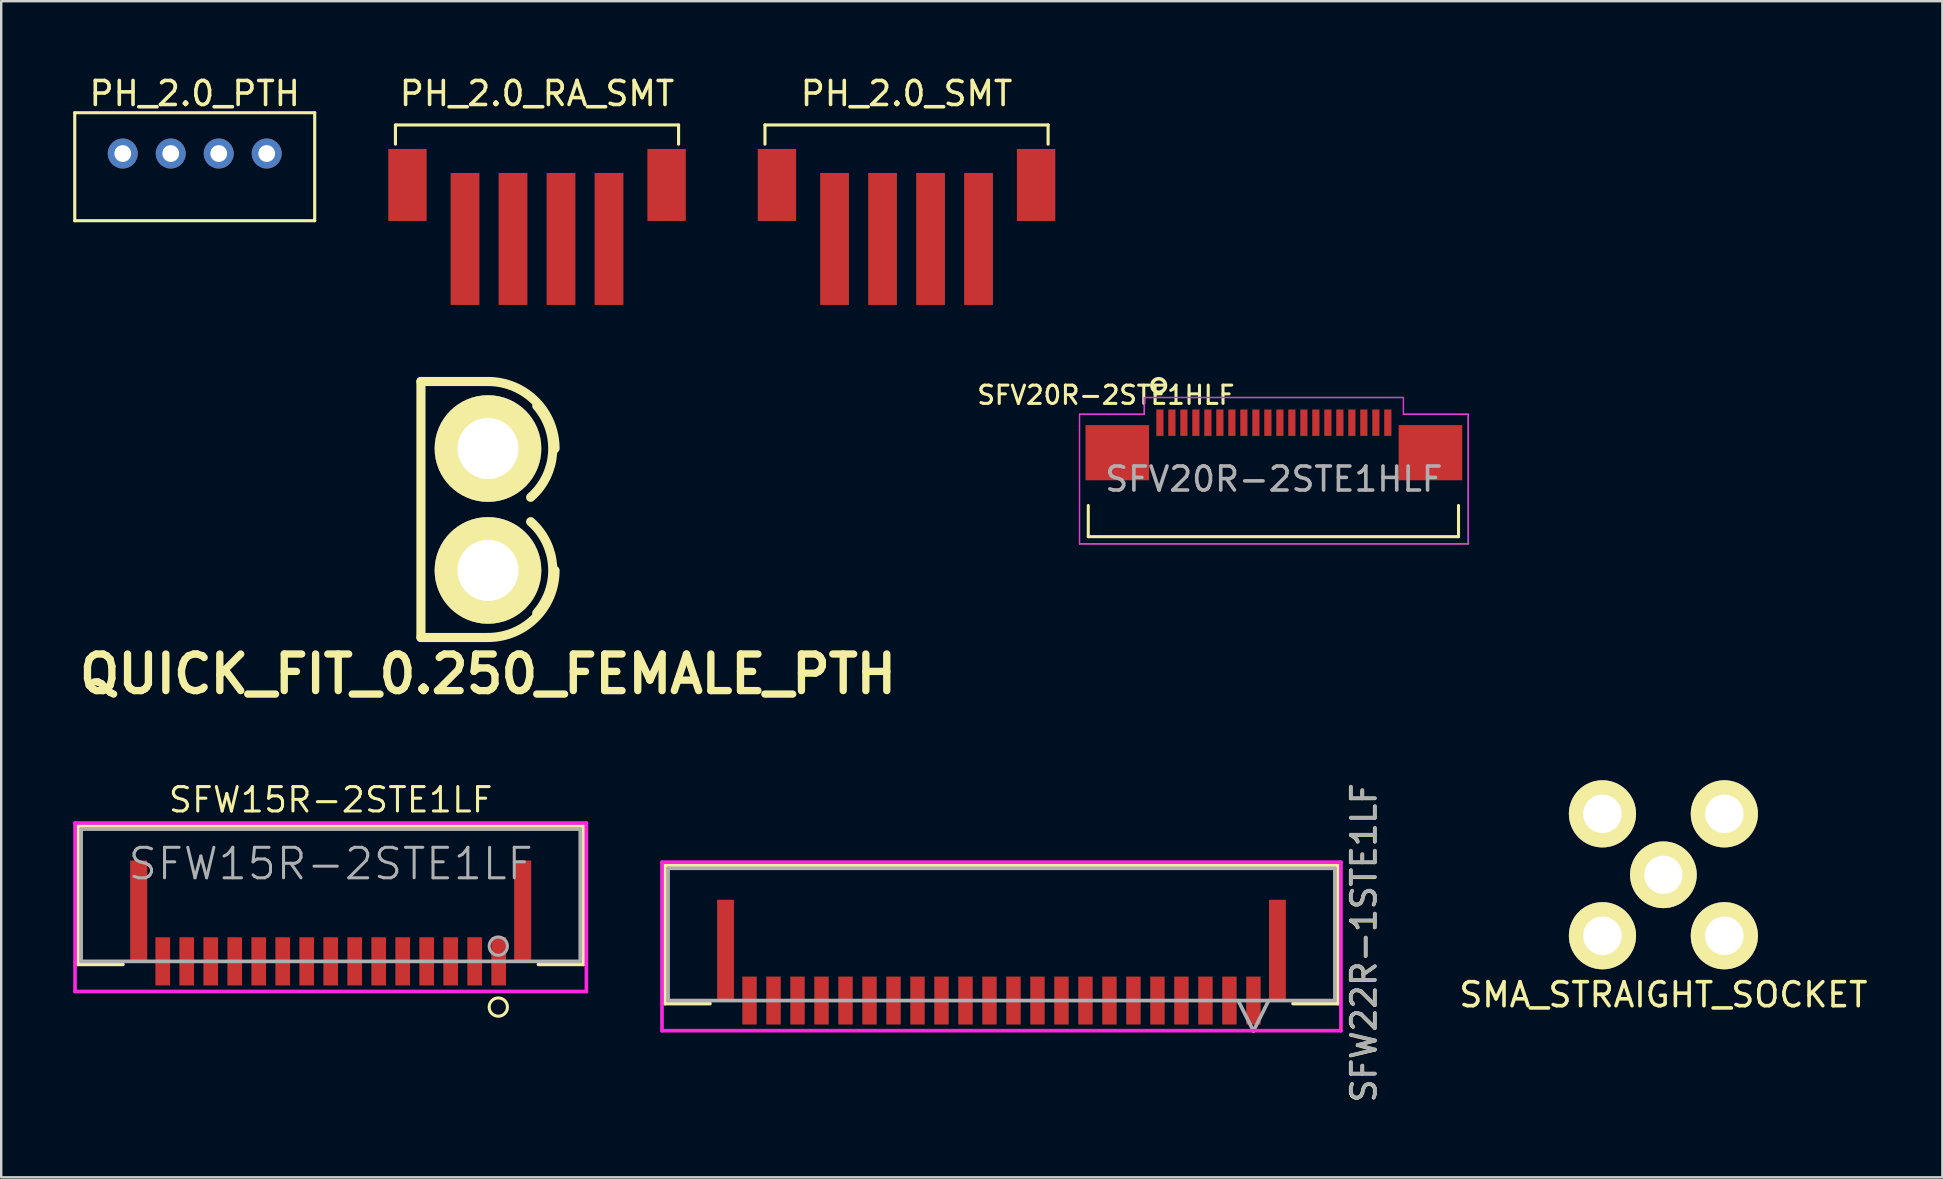
<source format=kicad_pcb>
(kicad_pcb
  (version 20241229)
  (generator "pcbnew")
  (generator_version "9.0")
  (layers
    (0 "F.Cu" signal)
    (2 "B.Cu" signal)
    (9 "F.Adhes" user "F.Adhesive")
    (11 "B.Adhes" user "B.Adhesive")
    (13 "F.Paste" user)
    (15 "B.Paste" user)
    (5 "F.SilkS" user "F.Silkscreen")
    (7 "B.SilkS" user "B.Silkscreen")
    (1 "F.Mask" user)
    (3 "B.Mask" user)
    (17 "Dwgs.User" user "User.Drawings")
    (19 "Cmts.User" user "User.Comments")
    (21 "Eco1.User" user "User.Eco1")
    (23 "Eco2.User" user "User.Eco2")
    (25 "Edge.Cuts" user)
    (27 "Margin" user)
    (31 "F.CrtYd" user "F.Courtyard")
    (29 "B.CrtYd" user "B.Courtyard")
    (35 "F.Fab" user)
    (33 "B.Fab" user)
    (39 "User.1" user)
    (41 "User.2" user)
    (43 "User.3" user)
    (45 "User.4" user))
  (footprint "PH_2.0_SMT"
    (layer "F.Cu")
    (at 34.73 4.658)
    (property "Reference" "PH_2.0_SMT" (at 0 -3.81 0) (layer "F.SilkS") (effects (font (size 1 1) (thickness 0.15))))
    (attr through_hole)
    (fp_line (start -5.9 -2.5) (end 5.9 -2.5) (stroke (width 0.13) (type solid)) (layer "F.SilkS"))
    (fp_line (start -5.9 -1.7) (end -5.9 -2.5) (stroke (width 0.13) (type solid)) (layer "F.SilkS"))
    (fp_line (start 5.9 -2.5) (end 5.9 -1.7) (stroke (width 0.13) (type solid)) (layer "F.SilkS"))
    (pad "1" smd rect (at -3 2.25) (size 1.2 5.5) (layers "F.Cu" "F.Mask" "F.Paste"))
    (pad "2" smd rect (at -1 2.25) (size 1.2 5.5) (layers "F.Cu" "F.Mask" "F.Paste"))
    (pad "3" smd rect (at 1 2.25) (size 1.2 5.5) (layers "F.Cu" "F.Mask" "F.Paste"))
    (pad "4" smd rect (at 3 2.25) (size 1.2 5.5) (layers "F.Cu" "F.Mask" "F.Paste"))
    (pad "5" smd rect (at -5.4 0) (size 1.6 3) (layers "F.Cu" "F.Mask" "F.Paste"))
    (pad "6" smd rect (at 5.4 0) (size 1.6 3) (layers "F.Cu" "F.Mask" "F.Paste")))
  (footprint "SFV20R-2STE1HLF"
    (layer "F.Cu")
    (at 50.039 15.416)
    (property "Reference" "SFV20R-2STE1HLF" (at -7 -2 0) (layer "F.SilkS") (effects (font (size 0.762 0.762) (thickness 0.127))))
    (attr smd)
    (fp_line (start -7.735 2.6) (end -7.735 3.9) (stroke (width 0.127) (type solid)) (layer "F.SilkS"))
    (fp_line (start -7.735 3.9) (end 7.695 3.9) (stroke (width 0.127) (type solid)) (layer "F.SilkS"))
    (fp_line (start 7.695 2.6) (end 7.695 3.9) (stroke (width 0.127) (type solid)) (layer "F.SilkS"))
    (fp_circle (center -4.8 -2.4) (end -5 -2.6) (stroke (width 0.15) (type solid)) (fill no) (layer "F.SilkS"))
    (fp_line (start -8.1 -1.2) (end -8.1 4.2) (stroke (width 0.05) (type solid)) (layer "F.CrtYd"))
    (fp_line (start -8.1 -1.2) (end -5.4 -1.2) (stroke (width 0.05) (type solid)) (layer "F.CrtYd"))
    (fp_line (start -8.1 4.2) (end 8.1 4.2) (stroke (width 0.05) (type solid)) (layer "F.CrtYd"))
    (fp_line (start -5.4 -1.9) (end -5.4 -1.2) (stroke (width 0.05) (type solid)) (layer "F.CrtYd"))
    (fp_line (start -5.4 -1.9) (end 5.4 -1.9) (stroke (width 0.05) (type solid)) (layer "F.CrtYd"))
    (fp_line (start 5.4 -1.9) (end 5.4 -1.2) (stroke (width 0.05) (type solid)) (layer "F.CrtYd"))
    (fp_line (start 5.4 -1.2) (end 8.1 -1.2) (stroke (width 0.05) (type solid)) (layer "F.CrtYd"))
    (fp_line (start 8.1 -1.2) (end 8.1 4.2) (stroke (width 0.05) (type solid)) (layer "F.CrtYd"))
    (fp_line (start -8.1 -1.2) (end -8.1 4.2) (stroke (width 0.05) (type solid)) (layer "F.Fab"))
    (fp_line (start -8.1 -1.2) (end -5.4 -1.2) (stroke (width 0.05) (type solid)) (layer "F.Fab"))
    (fp_line (start -8.1 4.2) (end 8.1 4.2) (stroke (width 0.05) (type solid)) (layer "F.Fab"))
    (fp_line (start -5.4 -1.9) (end -5.4 -1.2) (stroke (width 0.05) (type solid)) (layer "F.Fab"))
    (fp_line (start -5.4 -1.9) (end 5.4 -1.9) (stroke (width 0.05) (type solid)) (layer "F.Fab"))
    (fp_line (start 5.4 -1.9) (end 5.4 -1.2) (stroke (width 0.05) (type solid)) (layer "F.Fab"))
    (fp_line (start 5.4 -1.2) (end 8.1 -1.2) (stroke (width 0.05) (type solid)) (layer "F.Fab"))
    (fp_line (start 8.1 -1.2) (end 8.1 4.2) (stroke (width 0.05) (type solid)) (layer "F.Fab"))
    (fp_text user "${REFERENCE}" (at 0 1.5 0) (layer "F.Fab") (effects (font (size 1 1) (thickness 0.15))))
    (pad "1" smd rect (at -4.75 -0.85) (size 0.3 1.1) (layers "F.Cu" "F.Mask" "F.Paste"))
    (pad "2" smd rect (at -4.25 -0.85) (size 0.3 1.1) (layers "F.Cu" "F.Mask" "F.Paste"))
    (pad "3" smd rect (at -3.75 -0.85) (size 0.3 1.1) (layers "F.Cu" "F.Mask" "F.Paste"))
    (pad "4" smd rect (at -3.25 -0.85) (size 0.3 1.1) (layers "F.Cu" "F.Mask" "F.Paste"))
    (pad "5" smd rect (at -2.75 -0.85) (size 0.3 1.1) (layers "F.Cu" "F.Mask" "F.Paste"))
    (pad "6" smd rect (at -2.25 -0.85) (size 0.3 1.1) (layers "F.Cu" "F.Mask" "F.Paste"))
    (pad "7" smd rect (at -1.75 -0.85) (size 0.3 1.1) (layers "F.Cu" "F.Mask" "F.Paste"))
    (pad "8" smd rect (at -1.25 -0.85) (size 0.3 1.1) (layers "F.Cu" "F.Mask" "F.Paste"))
    (pad "9" smd rect (at -0.75 -0.85) (size 0.3 1.1) (layers "F.Cu" "F.Mask" "F.Paste"))
    (pad "10" smd rect (at -0.25 -0.85) (size 0.3 1.1) (layers "F.Cu" "F.Mask" "F.Paste"))
    (pad "11" smd rect (at 0.25 -0.85) (size 0.3 1.1) (layers "F.Cu" "F.Mask" "F.Paste"))
    (pad "12" smd rect (at 0.75 -0.85) (size 0.3 1.1) (layers "F.Cu" "F.Mask" "F.Paste"))
    (pad "13" smd rect (at 1.25 -0.85) (size 0.3 1.1) (layers "F.Cu" "F.Mask" "F.Paste"))
    (pad "14" smd rect (at 1.75 -0.85) (size 0.3 1.1) (layers "F.Cu" "F.Mask" "F.Paste"))
    (pad "15" smd rect (at 2.25 -0.85) (size 0.3 1.1) (layers "F.Cu" "F.Mask" "F.Paste"))
    (pad "16" smd rect (at 2.75 -0.85) (size 0.3 1.1) (layers "F.Cu" "F.Mask" "F.Paste"))
    (pad "17" smd rect (at 3.25 -0.85) (size 0.3 1.1) (layers "F.Cu" "F.Mask" "F.Paste"))
    (pad "18" smd rect (at 3.75 -0.85) (size 0.3 1.1) (layers "F.Cu" "F.Mask" "F.Paste"))
    (pad "19" smd rect (at 4.25 -0.85) (size 0.3 1.1) (layers "F.Cu" "F.Mask" "F.Paste"))
    (pad "20" smd rect (at 4.75 -0.85) (size 0.3 1.1) (layers "F.Cu" "F.Mask" "F.Paste"))
    (pad "F1" smd rect (at -6.525 0.4 90) (size 2.3 2.65) (layers "F.Cu" "F.Mask" "F.Paste"))
    (pad "F2" smd rect (at 6.525 0.4 90) (size 2.3 2.65) (layers "F.Cu" "F.Mask" "F.Paste")))
  (footprint "SMA_STRAIGHT_SOCKET"
    (layer "F.Cu")
    (at 66.273 33.407)
    (property "Reference" "SMA_STRAIGHT_SOCKET" (at 0 5 0) (layer "F.SilkS") (effects (font (size 1 1) (thickness 0.15))))
    (attr through_hole)
    (pad "1" thru_hole circle (at 0 0) (size 2.78 2.78) (drill 1.59) (layers "*.Cu" "*.Mask" "F.SilkS"))
    (pad "2" thru_hole circle (at 2.54 -2.54) (size 2.8 2.8) (drill 1.6) (layers "*.Cu" "*.Mask" "F.SilkS"))
    (pad "3" thru_hole circle (at -2.54 -2.54) (size 2.8 2.8) (drill 1.6) (layers "*.Cu" "*.Mask" "F.SilkS"))
    (pad "4" thru_hole circle (at -2.54 2.54) (size 2.8 2.8) (drill 1.6) (layers "*.Cu" "*.Mask" "F.SilkS"))
    (pad "5" thru_hole circle (at 2.54 2.54) (size 2.8 2.8) (drill 1.6) (layers "*.Cu" "*.Mask" "F.SilkS")))
  (footprint "PH_2.0_PTH"
    (layer "F.Cu")
    (at 5.065 3.348)
    (property "Reference" "PH_2.0_PTH" (at 0 -2.5 0) (layer "F.SilkS") (effects (font (size 1 1) (thickness 0.15))))
    (attr through_hole)
    (fp_line (start -5 -1.7) (end 5 -1.7) (stroke (width 0.13) (type solid)) (layer "F.SilkS"))
    (fp_line (start -5 2.8) (end -5 -1.7) (stroke (width 0.13) (type solid)) (layer "F.SilkS"))
    (fp_line (start 5 -1.7) (end 5 2.8) (stroke (width 0.13) (type solid)) (layer "F.SilkS"))
    (fp_line (start 5 2.8) (end -5 2.8) (stroke (width 0.13) (type solid)) (layer "F.SilkS"))
    (pad "1" thru_hole circle (at -3 0) (size 1.25 1.25) (drill 0.7) (layers "*.Cu" "*.Mask"))
    (pad "2" thru_hole circle (at -1 0) (size 1.25 1.25) (drill 0.7) (layers "*.Cu" "*.Mask"))
    (pad "3" thru_hole circle (at 1 0) (size 1.25 1.25) (drill 0.7) (layers "*.Cu" "*.Mask"))
    (pad "4" thru_hole circle (at 3 0) (size 1.25 1.25) (drill 0.7) (layers "*.Cu" "*.Mask")))
  (footprint "PH_2.0_RA_SMT"
    (layer "F.Cu")
    (at 19.33 4.658)
    (property "Reference" "PH_2.0_RA_SMT" (at 0 -3.81 0) (layer "F.SilkS") (effects (font (size 1 1) (thickness 0.15))))
    (attr through_hole)
    (fp_line (start -5.9 -2.5) (end 5.9 -2.5) (stroke (width 0.13) (type solid)) (layer "F.SilkS"))
    (fp_line (start -5.9 -1.7) (end -5.9 -2.5) (stroke (width 0.13) (type solid)) (layer "F.SilkS"))
    (fp_line (start 5.9 -2.5) (end 5.9 -1.7) (stroke (width 0.13) (type solid)) (layer "F.SilkS"))
    (pad "1" smd rect (at -3 2.25) (size 1.2 5.5) (layers "F.Cu" "F.Mask" "F.Paste"))
    (pad "2" smd rect (at -1 2.25) (size 1.2 5.5) (layers "F.Cu" "F.Mask" "F.Paste"))
    (pad "3" smd rect (at 1 2.25) (size 1.2 5.5) (layers "F.Cu" "F.Mask" "F.Paste"))
    (pad "4" smd rect (at 3 2.25) (size 1.2 5.5) (layers "F.Cu" "F.Mask" "F.Paste"))
    (pad "5" smd rect (at -5.4 0) (size 1.6 3) (layers "F.Cu" "F.Mask" "F.Paste"))
    (pad "6" smd rect (at 5.4 0) (size 1.6 3) (layers "F.Cu" "F.Mask" "F.Paste")))
  (footprint "QUICK_FIT_0.250_FEMALE_PTH"
    (layer "F.Cu")
    (at 17.287 18.183)
    (property "Reference" "QUICK_FIT_0.250_FEMALE_PTH" (at 0 6.858 0) (layer "F.SilkS") (effects (font (size 1.524 1.524) (thickness 0.305))))
    (attr through_hole)
    (fp_line (start -2.794 -5.334) (end -2.794 5.334) (stroke (width 0.381) (type solid)) (layer "F.SilkS"))
    (fp_line (start -2.794 5.334) (end 0 5.334) (stroke (width 0.381) (type solid)) (layer "F.SilkS"))
    (fp_line (start 0 -5.334) (end -2.794 -5.334) (stroke (width 0.381) (type solid)) (layer "F.SilkS"))
    (fp_arc (start 0 -5.334) (mid 1.975656 -4.515656) (end 2.794 -2.54) (stroke (width 0.381) (type solid)) (layer "F.SilkS"))
    (fp_arc (start 1.778 0.508) (mid 2.694077 2.360395) (end 2.032 4.318) (stroke (width 0.381) (type solid)) (layer "F.SilkS"))
    (fp_arc (start 2.032 -4.318) (mid 2.694077 -2.360395) (end 1.778 -0.508) (stroke (width 0.381) (type solid)) (layer "F.SilkS"))
    (fp_arc (start 2.794 2.54) (mid 1.975656 4.515656) (end 0 5.334) (stroke (width 0.381) (type solid)) (layer "F.SilkS"))
    (pad "1" thru_hole circle (at 0 -2.54) (size 4.445 4.445) (drill 2.54) (layers "*.Cu" "*.Mask" "F.SilkS"))
    (pad "1A" thru_hole circle (at 0 2.54) (size 4.445 4.445) (drill 2.54) (layers "*.Cu" "*.Mask" "F.SilkS")))
  (footprint "SFW15R-2STE1LF"
    (layer "F.Cu")
    (at 10.732 37.015)
    (property "Reference" "SFW15R-2STE1LF" (at 0 -6.731 180) (layer "F.SilkS") (effects (font (size 1.016 1.016) (thickness 0.127))))
    (attr smd)
    (fp_line (start -10.528 -5.639) (end -10.528 0.127) (stroke (width 0.152) (type solid)) (layer "F.SilkS"))
    (fp_line (start -10.528 0.127) (end -8.659 0.127) (stroke (width 0.152) (type solid)) (layer "F.SilkS"))
    (fp_line (start 8.659 0.127) (end 10.528 0.127) (stroke (width 0.152) (type solid)) (layer "F.SilkS"))
    (fp_line (start 10.528 -5.639) (end -10.528 -5.639) (stroke (width 0.152) (type solid)) (layer "F.SilkS"))
    (fp_line (start 10.528 0.127) (end 10.528 -5.639) (stroke (width 0.152) (type solid)) (layer "F.SilkS"))
    (fp_circle (center 6.985 1.905) (end 6.985 1.524) (stroke (width 0.127) (type solid)) (fill no) (layer "F.SilkS"))
    (fp_line (start -10.655 -5.766) (end -10.655 1.257) (stroke (width 0.152) (type solid)) (layer "F.CrtYd"))
    (fp_line (start -10.655 1.257) (end 10.655 1.257) (stroke (width 0.152) (type solid)) (layer "F.CrtYd"))
    (fp_line (start 10.655 -5.766) (end -10.655 -5.766) (stroke (width 0.152) (type solid)) (layer "F.CrtYd"))
    (fp_line (start 10.655 1.257) (end 10.655 -5.766) (stroke (width 0.152) (type solid)) (layer "F.CrtYd"))
    (fp_line (start -10.401 -5.512) (end -10.401 0) (stroke (width 0.152) (type solid)) (layer "F.Fab"))
    (fp_line (start -10.401 0) (end 10.401 0) (stroke (width 0.152) (type solid)) (layer "F.Fab"))
    (fp_line (start 10.401 -5.512) (end -10.401 -5.512) (stroke (width 0.152) (type solid)) (layer "F.Fab"))
    (fp_line (start 10.401 0) (end 10.401 -5.512) (stroke (width 0.152) (type solid)) (layer "F.Fab"))
    (fp_circle (center 6.985 -0.635) (end 6.985 -1.016) (stroke (width 0.127) (type solid)) (fill no) (layer "F.Fab"))
    (fp_text user "${REFERENCE}" (at 0 -4.064 0) (layer "F.Fab") (effects (font (size 1.27 1.27) (thickness 0.127))))
    (pad "1" smd rect (at 7 0 90) (size 2.007 0.61) (layers "F.Cu" "F.Mask" "F.Paste"))
    (pad "2" smd rect (at 6 0 90) (size 2.007 0.61) (layers "F.Cu" "F.Mask" "F.Paste"))
    (pad "3" smd rect (at 5 0 90) (size 2.007 0.61) (layers "F.Cu" "F.Mask" "F.Paste"))
    (pad "4" smd rect (at 4 0 90) (size 2.007 0.61) (layers "F.Cu" "F.Mask" "F.Paste"))
    (pad "5" smd rect (at 3 0 90) (size 2.007 0.61) (layers "F.Cu" "F.Mask" "F.Paste"))
    (pad "6" smd rect (at 2 0 90) (size 2.007 0.61) (layers "F.Cu" "F.Mask" "F.Paste"))
    (pad "7" smd rect (at 1 0 90) (size 2.007 0.61) (layers "F.Cu" "F.Mask" "F.Paste"))
    (pad "8" smd rect (at 0 0 90) (size 2.007 0.61) (layers "F.Cu" "F.Mask" "F.Paste"))
    (pad "9" smd rect (at -1 0 90) (size 2.007 0.61) (layers "F.Cu" "F.Mask" "F.Paste"))
    (pad "10" smd rect (at -2 0 90) (size 2.007 0.61) (layers "F.Cu" "F.Mask" "F.Paste"))
    (pad "11" smd rect (at -3 0 90) (size 2.007 0.61) (layers "F.Cu" "F.Mask" "F.Paste"))
    (pad "12" smd rect (at -4 0 90) (size 2.007 0.61) (layers "F.Cu" "F.Mask" "F.Paste"))
    (pad "13" smd rect (at -5 0 90) (size 2.007 0.61) (layers "F.Cu" "F.Mask" "F.Paste"))
    (pad "14" smd rect (at -6 0 90) (size 2.007 0.61) (layers "F.Cu" "F.Mask" "F.Paste"))
    (pad "15" smd rect (at -7 0 90) (size 2.007 0.61) (layers "F.Cu" "F.Mask" "F.Paste"))
    (pad "16" smd rect (at -8.001 -2.108) (size 0.711 4.191) (layers "F.Cu" "F.Mask" "F.Paste"))
    (pad "17" smd rect (at 8.001 -2.108) (size 0.711 4.191) (layers "F.Cu" "F.Mask" "F.Paste")))
  (footprint "SFW22R-1STE1LF"
    (layer "F.Cu")
    (at 38.687 38.648)
    (property "Reference" "SFW22R-1STE1LF" (at 15.1 -2.4 90) (layer "F.SilkS") (effects (font (size 1 1) (thickness 0.15))))
    (attr through_hole)
    (fp_line (start -14.021 -5.639) (end -14.021 0.127) (stroke (width 0.152) (type solid)) (layer "F.SilkS"))
    (fp_line (start -14.021 0.127) (end -12.151 0.127) (stroke (width 0.152) (type solid)) (layer "F.SilkS"))
    (fp_line (start 12.151 0.127) (end 14.021 0.127) (stroke (width 0.152) (type solid)) (layer "F.SilkS"))
    (fp_line (start 14.021 -5.639) (end -14.021 -5.639) (stroke (width 0.152) (type solid)) (layer "F.SilkS"))
    (fp_line (start 14.021 0.127) (end 14.021 -5.639) (stroke (width 0.152) (type solid)) (layer "F.SilkS"))
    (fp_line (start -14.148 -5.766) (end -14.148 1.257) (stroke (width 0.152) (type solid)) (layer "F.CrtYd"))
    (fp_line (start -14.148 1.257) (end 14.148 1.257) (stroke (width 0.152) (type solid)) (layer "F.CrtYd"))
    (fp_line (start 14.148 -5.766) (end -14.148 -5.766) (stroke (width 0.152) (type solid)) (layer "F.CrtYd"))
    (fp_line (start 14.148 1.257) (end 14.148 -5.766) (stroke (width 0.152) (type solid)) (layer "F.CrtYd"))
    (fp_line (start -13.894 -5.512) (end -13.894 0) (stroke (width 0.152) (type solid)) (layer "F.Fab"))
    (fp_line (start -13.894 0) (end 13.894 0) (stroke (width 0.152) (type solid)) (layer "F.Fab"))
    (fp_line (start 9.865 0) (end 10.5 1.27) (stroke (width 0.152) (type solid)) (layer "F.Fab"))
    (fp_line (start 11.135 0) (end 10.5 1.27) (stroke (width 0.152) (type solid)) (layer "F.Fab"))
    (fp_line (start 13.894 -5.512) (end -13.894 -5.512) (stroke (width 0.152) (type solid)) (layer "F.Fab"))
    (fp_line (start 13.894 0) (end 13.894 -5.512) (stroke (width 0.152) (type solid)) (layer "F.Fab"))
    (fp_text user "${REFERENCE}" (at 15.113 -2.413 90) (layer "F.Fab") (effects (font (size 1 1) (thickness 0.15))))
    (pad "1" smd rect (at 10.5 0 90) (size 2 0.6) (layers "F.Cu" "F.Mask" "F.Paste"))
    (pad "2" smd rect (at 9.5 0 90) (size 2 0.6) (layers "F.Cu" "F.Mask" "F.Paste"))
    (pad "3" smd rect (at 8.5 0 90) (size 2 0.6) (layers "F.Cu" "F.Mask" "F.Paste"))
    (pad "4" smd rect (at 7.5 0 90) (size 2 0.6) (layers "F.Cu" "F.Mask" "F.Paste"))
    (pad "5" smd rect (at 6.5 0 90) (size 2 0.6) (layers "F.Cu" "F.Mask" "F.Paste"))
    (pad "6" smd rect (at 5.5 0 90) (size 2 0.6) (layers "F.Cu" "F.Mask" "F.Paste"))
    (pad "7" smd rect (at 4.5 0 90) (size 2 0.6) (layers "F.Cu" "F.Mask" "F.Paste"))
    (pad "8" smd rect (at 3.5 0 90) (size 2 0.6) (layers "F.Cu" "F.Mask" "F.Paste"))
    (pad "9" smd rect (at 2.5 0 90) (size 2 0.6) (layers "F.Cu" "F.Mask" "F.Paste"))
    (pad "10" smd rect (at 1.5 0 90) (size 2 0.6) (layers "F.Cu" "F.Mask" "F.Paste"))
    (pad "11" smd rect (at 0.5 0 90) (size 2 0.6) (layers "F.Cu" "F.Mask" "F.Paste"))
    (pad "12" smd rect (at -0.5 0 90) (size 2 0.6) (layers "F.Cu" "F.Mask" "F.Paste"))
    (pad "13" smd rect (at -1.5 0 90) (size 2 0.6) (layers "F.Cu" "F.Mask" "F.Paste"))
    (pad "14" smd rect (at -2.5 0 90) (size 2 0.6) (layers "F.Cu" "F.Mask" "F.Paste"))
    (pad "15" smd rect (at -3.5 0 90) (size 2 0.6) (layers "F.Cu" "F.Mask" "F.Paste"))
    (pad "16" smd rect (at -4.5 0 90) (size 2 0.6) (layers "F.Cu" "F.Mask" "F.Paste"))
    (pad "17" smd rect (at -5.5 0 90) (size 2 0.6) (layers "F.Cu" "F.Mask" "F.Paste"))
    (pad "18" smd rect (at -6.5 0 90) (size 2 0.6) (layers "F.Cu" "F.Mask" "F.Paste"))
    (pad "19" smd rect (at -7.5 0 90) (size 2 0.6) (layers "F.Cu" "F.Mask" "F.Paste"))
    (pad "20" smd rect (at -8.5 0 90) (size 2 0.6) (layers "F.Cu" "F.Mask" "F.Paste"))
    (pad "21" smd rect (at -9.5 0 90) (size 2 0.6) (layers "F.Cu" "F.Mask" "F.Paste"))
    (pad "22" smd rect (at -10.5 0 90) (size 2 0.6) (layers "F.Cu" "F.Mask" "F.Paste"))
    (pad "23" smd rect (at -11.5 -2.1) (size 0.7 4.2) (layers "F.Cu" "F.Mask" "F.Paste"))
    (pad "24" smd rect (at 11.5 -2.1) (size 0.7 4.2) (layers "F.Cu" "F.Mask" "F.Paste")))
  (gr_rect
    (start -3 -3)
    (end 77.898 46.016)
    (stroke (width 0.1) (type default))
    (fill no)
    (layer "Edge.Cuts")))
</source>
